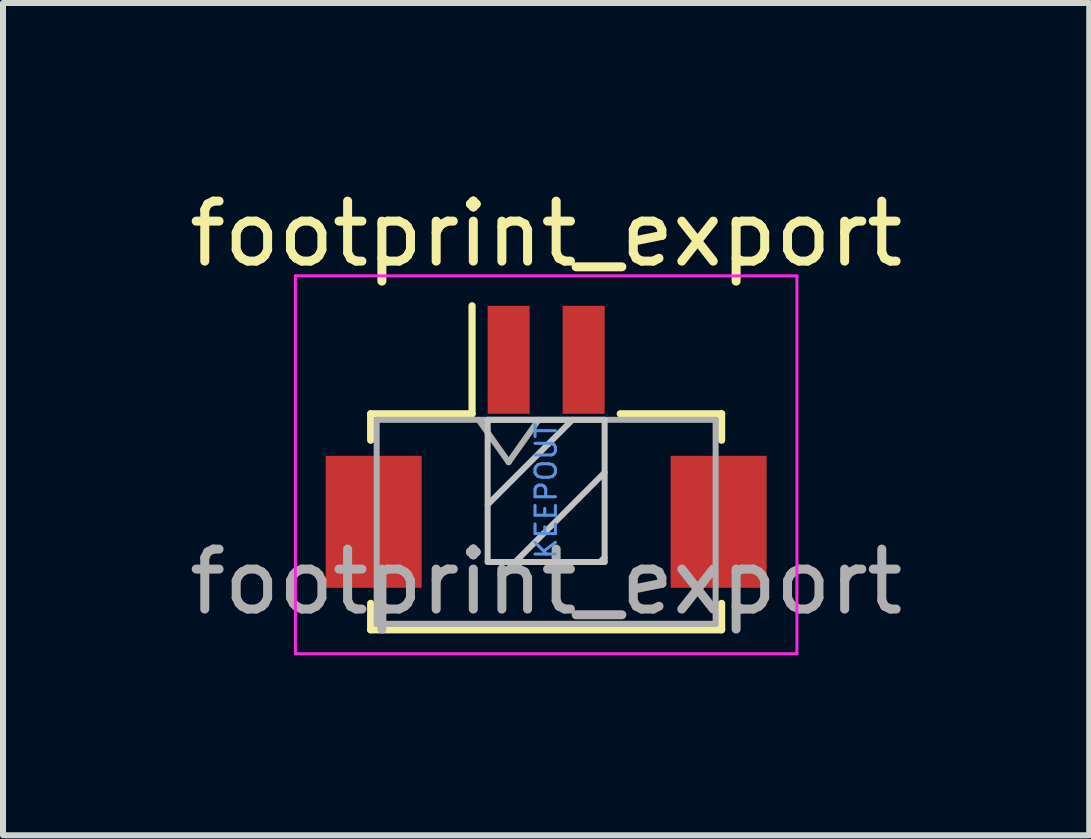
<source format=kicad_pcb>
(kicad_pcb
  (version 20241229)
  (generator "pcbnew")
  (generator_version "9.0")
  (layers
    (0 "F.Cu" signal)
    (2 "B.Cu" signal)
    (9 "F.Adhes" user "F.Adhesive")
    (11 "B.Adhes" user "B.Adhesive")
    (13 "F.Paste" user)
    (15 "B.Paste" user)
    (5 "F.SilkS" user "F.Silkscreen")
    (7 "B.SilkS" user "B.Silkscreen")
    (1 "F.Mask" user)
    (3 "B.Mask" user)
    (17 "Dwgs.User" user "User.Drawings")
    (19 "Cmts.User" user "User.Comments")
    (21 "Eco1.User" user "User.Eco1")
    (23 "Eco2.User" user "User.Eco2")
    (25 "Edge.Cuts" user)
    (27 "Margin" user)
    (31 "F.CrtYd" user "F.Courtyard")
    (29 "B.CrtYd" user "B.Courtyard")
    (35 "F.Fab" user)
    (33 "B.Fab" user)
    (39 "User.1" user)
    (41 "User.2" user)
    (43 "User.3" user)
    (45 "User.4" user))
  (footprint "footprint_export"
    (layer "F.Cu")
    (at 6.054 4.398)
    (property "Reference" "footprint_export" (at 0 -3.55 0) (layer "F.SilkS") (effects (font (size 1 1) (thickness 0.15))))
    (attr smd)
    (fp_line (start -2.925 -0.55) (end -2.925 -0.11) (stroke (width 0.12) (type solid)) (layer "F.SilkS"))
    (fp_line (start -2.925 2.61) (end -2.925 3.05) (stroke (width 0.12) (type solid)) (layer "F.SilkS"))
    (fp_line (start -2.925 3.05) (end 2.925 3.05) (stroke (width 0.12) (type solid)) (layer "F.SilkS"))
    (fp_line (start -1.235 -0.55) (end -2.925 -0.55) (stroke (width 0.12) (type solid)) (layer "F.SilkS"))
    (fp_line (start -1.235 -0.55) (end -1.235 -2.35) (stroke (width 0.12) (type solid)) (layer "F.SilkS"))
    (fp_line (start 1.235 -0.55) (end 2.925 -0.55) (stroke (width 0.12) (type solid)) (layer "F.SilkS"))
    (fp_line (start 2.925 -0.55) (end 2.925 -0.11) (stroke (width 0.12) (type solid)) (layer "F.SilkS"))
    (fp_line (start 2.925 3.05) (end 2.925 2.61) (stroke (width 0.12) (type solid)) (layer "F.SilkS"))
    (fp_line (start -0.975 -0.45) (end -0.975 1.92) (stroke (width 0.1) (type solid)) (layer "Dwgs.User"))
    (fp_line (start -0.975 1.92) (end 0.975 1.92) (stroke (width 0.1) (type solid)) (layer "Dwgs.User"))
    (fp_line (start 0.439 -0.45) (end -0.975 0.964) (stroke (width 0.1) (type solid)) (layer "Dwgs.User"))
    (fp_line (start 0.975 -0.45) (end -0.975 -0.45) (stroke (width 0.1) (type solid)) (layer "Dwgs.User"))
    (fp_line (start 0.975 0.428) (end -0.517 1.92) (stroke (width 0.1) (type solid)) (layer "Dwgs.User"))
    (fp_line (start 0.975 1.843) (end 0.898 1.92) (stroke (width 0.1) (type solid)) (layer "Dwgs.User"))
    (fp_line (start 0.975 1.92) (end 0.975 -0.45) (stroke (width 0.1) (type solid)) (layer "Dwgs.User"))
    (fp_line (start -4.18 -2.85) (end -4.18 3.45) (stroke (width 0.05) (type solid)) (layer "F.CrtYd"))
    (fp_line (start -4.18 3.45) (end 4.18 3.45) (stroke (width 0.05) (type solid)) (layer "F.CrtYd"))
    (fp_line (start 4.18 -2.85) (end -4.18 -2.85) (stroke (width 0.05) (type solid)) (layer "F.CrtYd"))
    (fp_line (start 4.18 3.45) (end 4.18 -2.85) (stroke (width 0.05) (type solid)) (layer "F.CrtYd"))
    (fp_line (start -2.825 -0.45) (end -2.825 2.95) (stroke (width 0.1) (type solid)) (layer "F.Fab"))
    (fp_line (start -2.825 2.95) (end 2.825 2.95) (stroke (width 0.1) (type solid)) (layer "F.Fab"))
    (fp_line (start -1.125 -0.45) (end -0.625 0.257) (stroke (width 0.1) (type solid)) (layer "F.Fab"))
    (fp_line (start -0.625 0.257) (end -0.125 -0.45) (stroke (width 0.1) (type solid)) (layer "F.Fab"))
    (fp_line (start 2.825 -0.45) (end -2.825 -0.45) (stroke (width 0.1) (type solid)) (layer "F.Fab"))
    (fp_line (start 2.825 2.95) (end 2.825 -0.45) (stroke (width 0.1) (type solid)) (layer "F.Fab"))
    (fp_text user "KEEPOUT" (at 0 0.735 90) (layer "Cmts.User") (effects (font (size 0.34 0.34) (thickness 0.051))))
    (fp_text user "${REFERENCE}" (at 0 2.25 0) (layer "F.Fab") (effects (font (size 1 1) (thickness 0.15))))
    (pad "1" smd rect (at -0.625 -1.45) (size 0.7 1.8) (layers "F.Cu" "F.Mask" "F.Paste"))
    (pad "2" smd rect (at 0.625 -1.45) (size 0.7 1.8) (layers "F.Cu" "F.Mask" "F.Paste"))
    (pad "MP" smd rect (at -2.875 1.25) (size 1.6 2.2) (layers "F.Cu" "F.Mask" "F.Paste"))
    (pad "MP" smd rect (at 2.875 1.25) (size 1.6 2.2) (layers "F.Cu" "F.Mask" "F.Paste")))
  (gr_rect
    (start -3 -3)
    (end 15.107 10.873)
    (stroke (width 0.1) (type default))
    (fill no)
    (layer "Edge.Cuts")))
</source>
